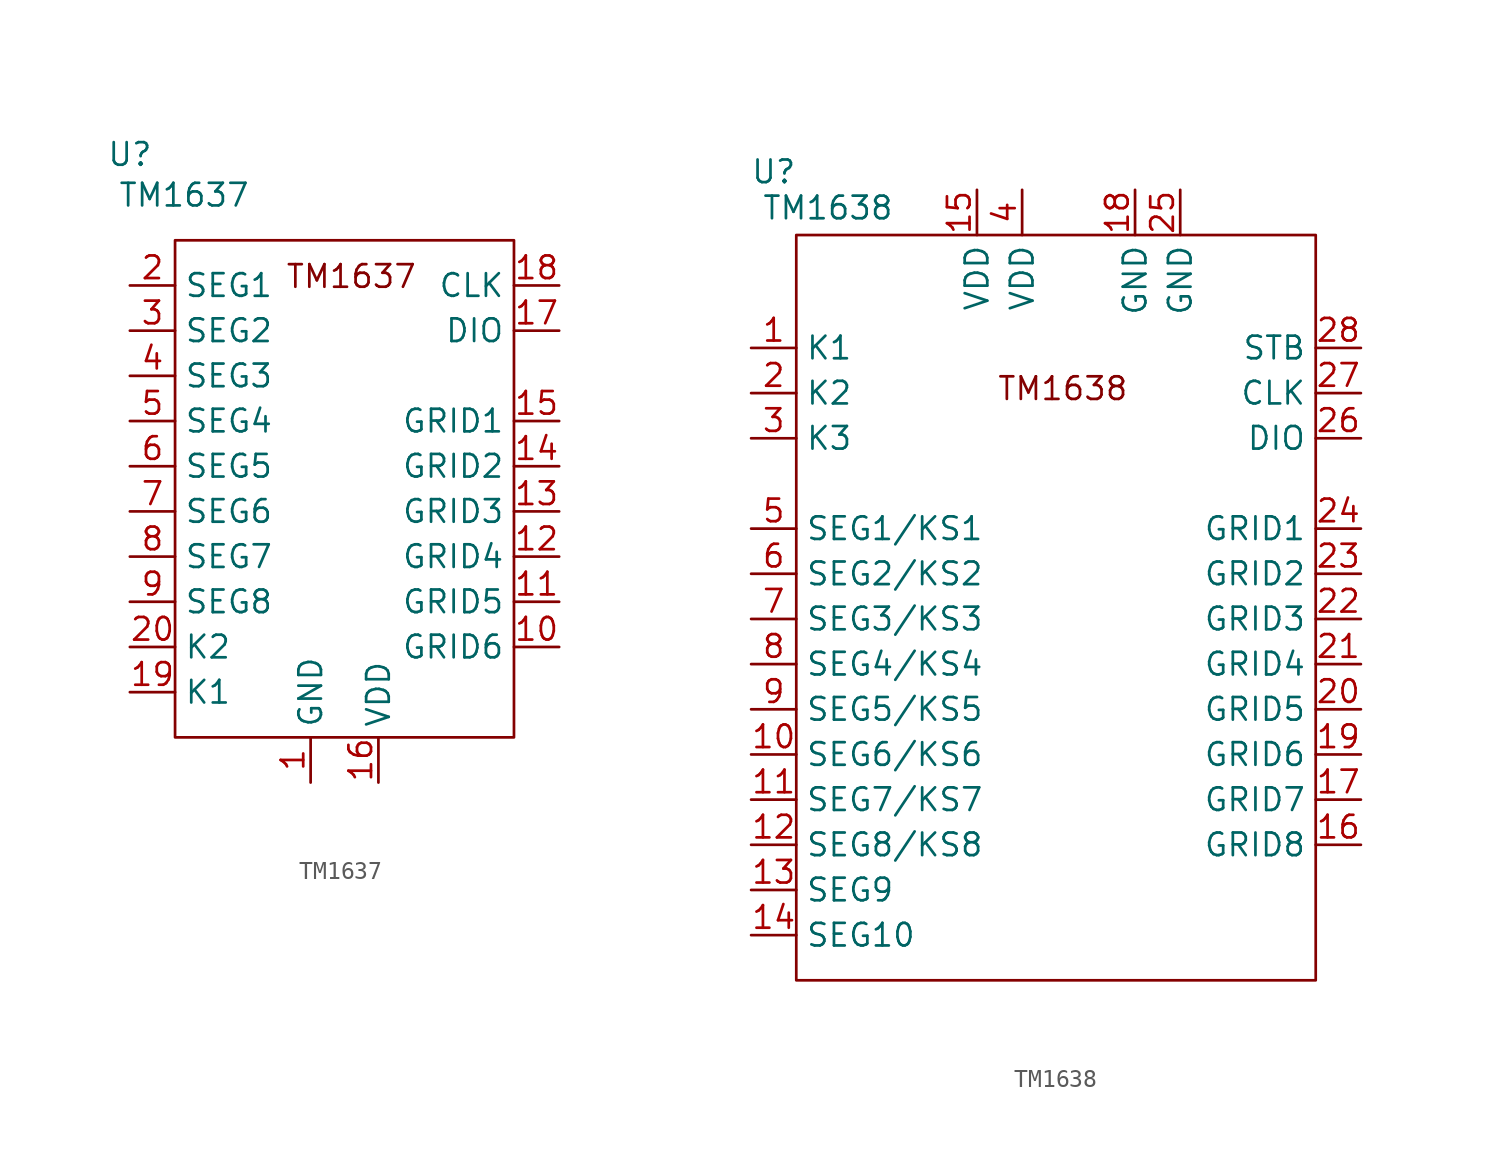
<source format=kicad_sym>
(kicad_symbol_lib
  (version 20231120)
  (generator "kicad_symbol_editor")
  (generator_version "8.0")
  (symbol "TM1637"
    (property "Reference" "U"
      (at 0 2.286 0)
      (do_not_autoplace)
      (effects (font (size 1.27 1.27))))
    (property "Value" "TM1637"
      (at 3.048 0 0)
      (do_not_autoplace)
      (effects (font (size 1.27 1.27))))
    (symbol "TM1637_0_1"
      (rectangle (start 2.54 -2.54) (end 21.59 -30.48) (stroke (width 0) (type default)) (fill (type none))))
    (symbol "TM1637_1_0"
      (pin output line (at 24.13 -25.4 180) (length 2.54) (name "GRID6" (effects (font (size 1.27 1.27)))) (number "10" (effects (font (size 1.27 1.27)))))
      (pin output line (at 24.13 -22.86 180) (length 2.54) (name "GRID5" (effects (font (size 1.27 1.27)))) (number "11" (effects (font (size 1.27 1.27)))))
      (pin output line (at 24.13 -20.32 180) (length 2.54) (name "GRID4" (effects (font (size 1.27 1.27)))) (number "12" (effects (font (size 1.27 1.27)))))
      (pin output line (at 24.13 -17.78 180) (length 2.54) (name "GRID3" (effects (font (size 1.27 1.27)))) (number "13" (effects (font (size 1.27 1.27)))))
      (pin output line (at 24.13 -15.24 180) (length 2.54) (name "GRID2" (effects (font (size 1.27 1.27)))) (number "14" (effects (font (size 1.27 1.27)))))
      (pin output line (at 24.13 -12.7 180) (length 2.54) (name "GRID1" (effects (font (size 1.27 1.27)))) (number "15" (effects (font (size 1.27 1.27)))))
      (pin power_in line (at 13.97 -33.02 90) (length 2.54) (name "VDD" (effects (font (size 1.27 1.27)))) (number "16" (effects (font (size 1.27 1.27)))))
      (pin bidirectional line (at 24.13 -7.62 180) (length 2.54) (name "DIO" (effects (font (size 1.27 1.27)))) (number "17" (effects (font (size 1.27 1.27)))))
      (pin input line (at 24.13 -5.08 180) (length 2.54) (name "CLK" (effects (font (size 1.27 1.27)))) (number "18" (effects (font (size 1.27 1.27)))))
      (pin input line (at 0 -27.94 0) (length 2.54) (name "K1" (effects (font (size 1.27 1.27)))) (number "19" (effects (font (size 1.27 1.27)))))
      (pin input line (at 0 -25.4 0) (length 2.54) (name "K2" (effects (font (size 1.27 1.27)))) (number "20" (effects (font (size 1.27 1.27)))))
      (pin output line (at 0 -10.16 0) (length 2.54) (name "SEG3" (effects (font (size 1.27 1.27)))) (number "4" (effects (font (size 1.27 1.27)))))
      (pin output line (at 0 -12.7 0) (length 2.54) (name "SEG4" (effects (font (size 1.27 1.27)))) (number "5" (effects (font (size 1.27 1.27)))))
      (pin output line (at 0 -15.24 0) (length 2.54) (name "SEG5" (effects (font (size 1.27 1.27)))) (number "6" (effects (font (size 1.27 1.27)))))
      (pin output line (at 0 -17.78 0) (length 2.54) (name "SEG6" (effects (font (size 1.27 1.27)))) (number "7" (effects (font (size 1.27 1.27)))))
      (pin output line (at 0 -20.32 0) (length 2.54) (name "SEG7" (effects (font (size 1.27 1.27)))) (number "8" (effects (font (size 1.27 1.27)))))
      (pin output line (at 0 -22.86 0) (length 2.54) (name "SEG8" (effects (font (size 1.27 1.27)))) (number "9" (effects (font (size 1.27 1.27))))))
    (symbol "TM1637_1_1"
      (text "TM1637" (at 12.446 -4.572 0) (effects (font (size 1.27 1.27))))
      (pin power_in line (at 10.16 -33.02 90) (length 2.54) (name "GND" (effects (font (size 1.27 1.27)))) (number "1" (effects (font (size 1.27 1.27)))))
      (pin output line (at 0 -5.08 0) (length 2.54) (name "SEG1" (effects (font (size 1.27 1.27)))) (number "2" (effects (font (size 1.27 1.27)))))
      (pin output line (at 0 -7.62 0) (length 2.54) (name "SEG2" (effects (font (size 1.27 1.27)))) (number "3" (effects (font (size 1.27 1.27)))))))
  (symbol "TM1638"
    (property "Reference" "U"
      (at 0 2.286 0)
      (effects (font (size 1.27 1.27))))
    (property "Value" "TM1638"
      (at 3.048 0.254 0)
      (effects (font (size 1.27 1.27))))
    (symbol "TM1638_0_0"
      (pin input line (at -1.27 -7.62 0) (length 2.54) (name "K1" (effects (font (size 1.27 1.27)))) (number "1" (effects (font (size 1.27 1.27)))))
      (pin output line (at -1.27 -30.48 0) (length 2.54) (name "SEG6/KS6" (effects (font (size 1.27 1.27)))) (number "10" (effects (font (size 1.27 1.27)))))
      (pin output line (at -1.27 -33.02 0) (length 2.54) (name "SEG7/KS7" (effects (font (size 1.27 1.27)))) (number "11" (effects (font (size 1.27 1.27)))))
      (pin output line (at -1.27 -35.56 0) (length 2.54) (name "SEG8/KS8" (effects (font (size 1.27 1.27)))) (number "12" (effects (font (size 1.27 1.27)))))
      (pin output line (at -1.27 -38.1 0) (length 2.54) (name "SEG9" (effects (font (size 1.27 1.27)))) (number "13" (effects (font (size 1.27 1.27)))))
      (pin output line (at -1.27 -40.64 0) (length 2.54) (name "SEG10" (effects (font (size 1.27 1.27)))) (number "14" (effects (font (size 1.27 1.27)))))
      (pin power_in line (at 11.43 1.27 270) (length 2.54) (name "VDD" (effects (font (size 1.27 1.27)))) (number "15" (effects (font (size 1.27 1.27)))))
      (pin input line (at 33.02 -35.56 180) (length 2.54) (name "GRID8" (effects (font (size 1.27 1.27)))) (number "16" (effects (font (size 1.27 1.27)))))
      (pin input line (at 33.02 -33.02 180) (length 2.54) (name "GRID7" (effects (font (size 1.27 1.27)))) (number "17" (effects (font (size 1.27 1.27)))))
      (pin power_in line (at 20.32 1.27 270) (length 2.54) (name "GND" (effects (font (size 1.27 1.27)))) (number "18" (effects (font (size 1.27 1.27)))))
      (pin input line (at 33.02 -30.48 180) (length 2.54) (name "GRID6" (effects (font (size 1.27 1.27)))) (number "19" (effects (font (size 1.27 1.27)))))
      (pin input line (at -1.27 -10.16 0) (length 2.54) (name "K2" (effects (font (size 1.27 1.27)))) (number "2" (effects (font (size 1.27 1.27)))))
      (pin input line (at 33.02 -27.94 180) (length 2.54) (name "GRID5" (effects (font (size 1.27 1.27)))) (number "20" (effects (font (size 1.27 1.27)))))
      (pin input line (at 33.02 -25.4 180) (length 2.54) (name "GRID4" (effects (font (size 1.27 1.27)))) (number "21" (effects (font (size 1.27 1.27)))))
      (pin input line (at 33.02 -22.86 180) (length 2.54) (name "GRID3" (effects (font (size 1.27 1.27)))) (number "22" (effects (font (size 1.27 1.27)))))
      (pin input line (at 33.02 -20.32 180) (length 2.54) (name "GRID2" (effects (font (size 1.27 1.27)))) (number "23" (effects (font (size 1.27 1.27)))))
      (pin input line (at 33.02 -17.78 180) (length 2.54) (name "GRID1" (effects (font (size 1.27 1.27)))) (number "24" (effects (font (size 1.27 1.27)))))
      (pin input line (at 22.86 1.27 270) (length 2.54) (name "GND" (effects (font (size 1.27 1.27)))) (number "25" (effects (font (size 1.27 1.27)))))
      (pin input line (at 33.02 -12.7 180) (length 2.54) (name "DIO" (effects (font (size 1.27 1.27)))) (number "26" (effects (font (size 1.27 1.27)))))
      (pin input line (at 33.02 -10.16 180) (length 2.54) (name "CLK" (effects (font (size 1.27 1.27)))) (number "27" (effects (font (size 1.27 1.27)))))
      (pin input line (at 33.02 -7.62 180) (length 2.54) (name "STB" (effects (font (size 1.27 1.27)))) (number "28" (effects (font (size 1.27 1.27)))))
      (pin input line (at -1.27 -12.7 0) (length 2.54) (name "K3" (effects (font (size 1.27 1.27)))) (number "3" (effects (font (size 1.27 1.27)))))
      (pin power_in line (at 13.97 1.27 270) (length 2.54) (name "VDD" (effects (font (size 1.27 1.27)))) (number "4" (effects (font (size 1.27 1.27)))))
      (pin output line (at -1.27 -17.78 0) (length 2.54) (name "SEG1/KS1" (effects (font (size 1.27 1.27)))) (number "5" (effects (font (size 1.27 1.27)))))
      (pin output line (at -1.27 -20.32 0) (length 2.54) (name "SEG2/KS2" (effects (font (size 1.27 1.27)))) (number "6" (effects (font (size 1.27 1.27)))))
      (pin output line (at -1.27 -22.86 0) (length 2.54) (name "SEG3/KS3" (effects (font (size 1.27 1.27)))) (number "7" (effects (font (size 1.27 1.27)))))
      (pin output line (at -1.27 -25.4 0) (length 2.54) (name "SEG4/KS4" (effects (font (size 1.27 1.27)))) (number "8" (effects (font (size 1.27 1.27)))))
      (pin output line (at -1.27 -27.94 0) (length 2.54) (name "SEG5/KS5" (effects (font (size 1.27 1.27)))) (number "9" (effects (font (size 1.27 1.27))))))
    (symbol "TM1638_0_1"
      (rectangle (start 1.27 -1.27) (end 30.48 -43.18) (stroke (width 0) (type default)) (fill (type none))))
    (symbol "TM1638_1_1"
      (text "TM1638" (at 16.256 -9.906 0) (effects (font (size 1.27 1.27)))))))
</source>
